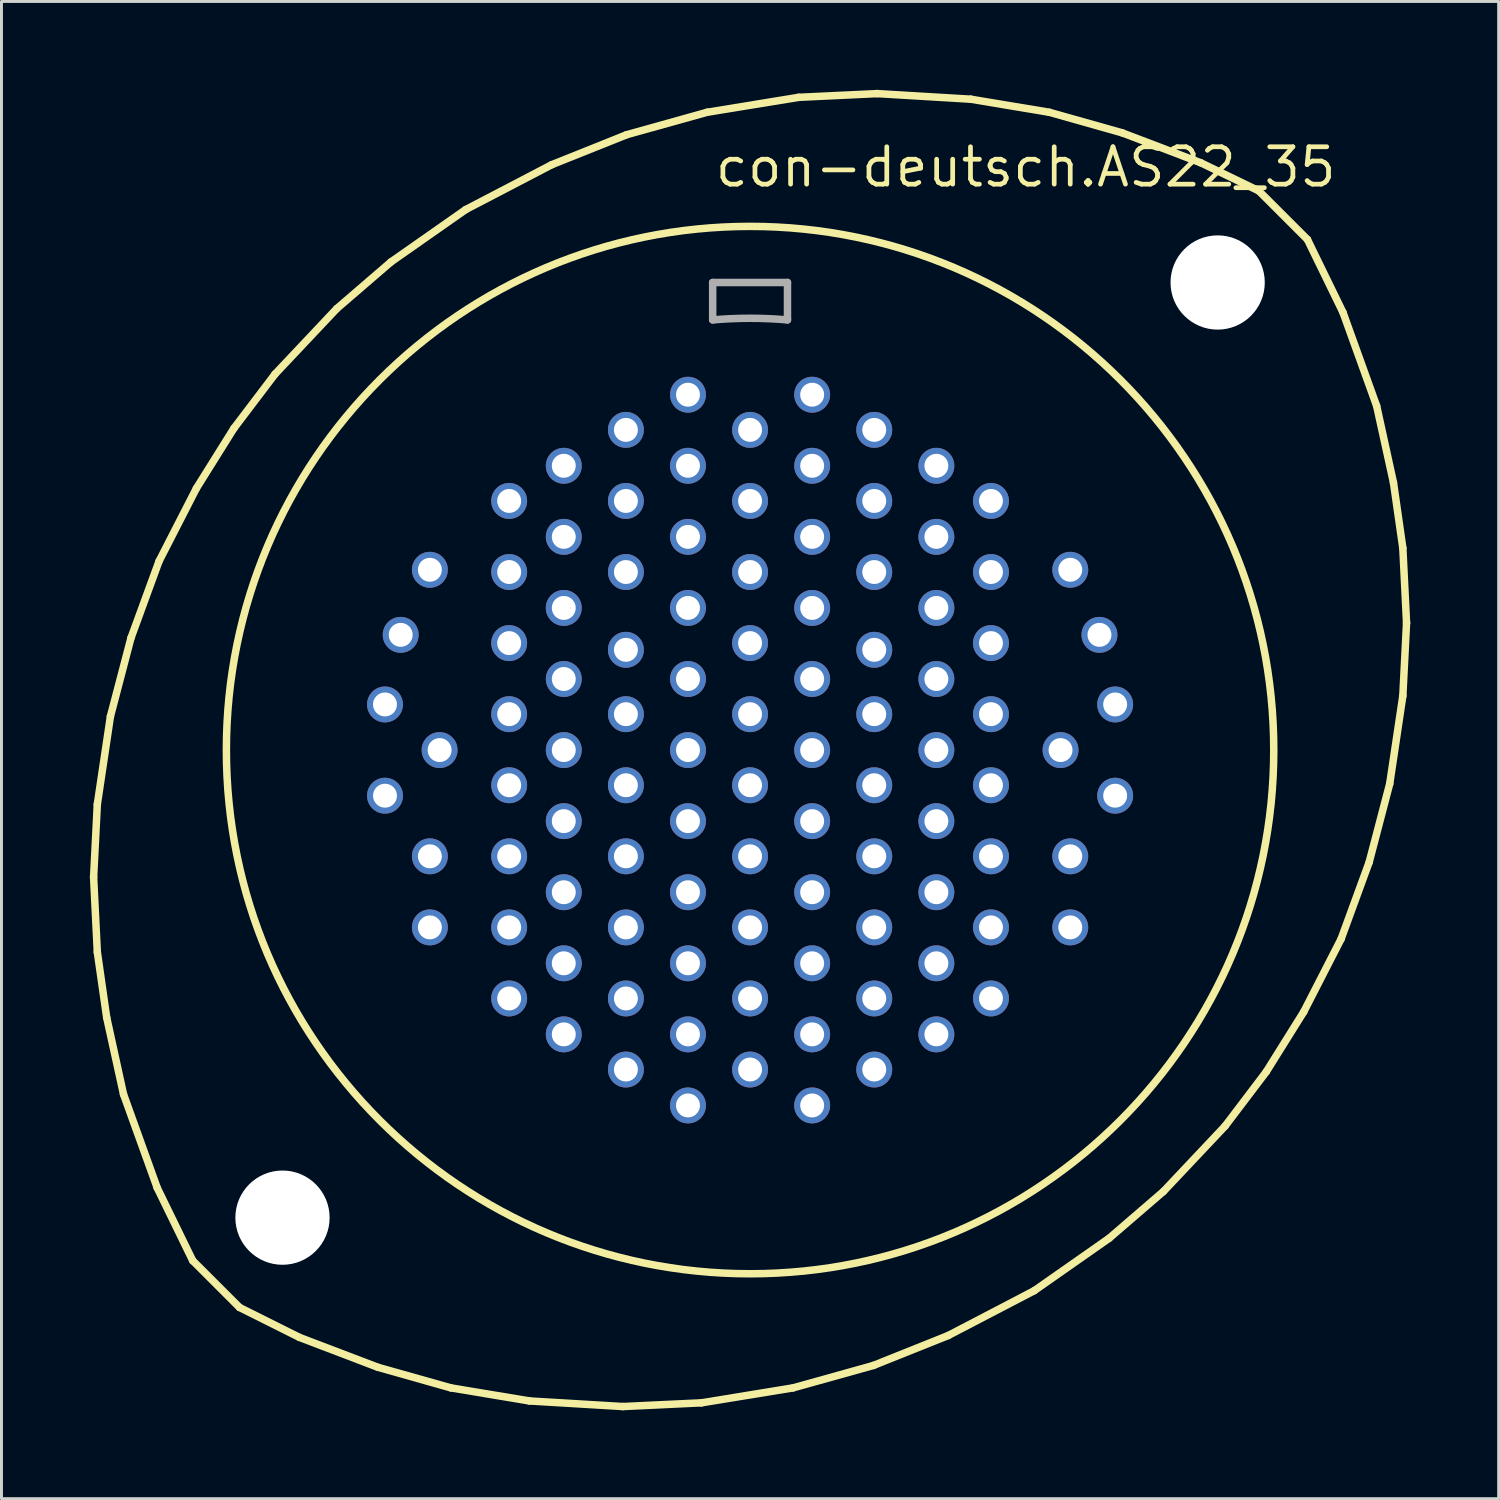
<source format=kicad_pcb>
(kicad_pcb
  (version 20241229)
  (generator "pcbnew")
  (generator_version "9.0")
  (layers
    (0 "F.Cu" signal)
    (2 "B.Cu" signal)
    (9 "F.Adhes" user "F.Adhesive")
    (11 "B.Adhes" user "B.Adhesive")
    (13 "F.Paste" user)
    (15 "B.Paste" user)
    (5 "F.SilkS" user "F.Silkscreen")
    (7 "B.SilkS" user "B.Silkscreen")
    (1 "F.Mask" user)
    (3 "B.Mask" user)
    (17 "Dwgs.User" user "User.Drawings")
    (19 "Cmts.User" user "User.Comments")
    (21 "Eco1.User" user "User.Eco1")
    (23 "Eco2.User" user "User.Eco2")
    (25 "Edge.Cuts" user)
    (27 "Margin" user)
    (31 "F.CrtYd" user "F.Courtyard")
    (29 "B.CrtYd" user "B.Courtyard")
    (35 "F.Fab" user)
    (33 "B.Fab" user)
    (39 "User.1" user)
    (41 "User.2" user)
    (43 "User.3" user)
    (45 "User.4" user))
  (footprint "con-deutsch.AS22_35"
    (layer "F.Cu")
    (at 22.416 22.416)
    (property "Reference" "con-deutsch.AS22_35" (at -1.27 -19.05 0) (layer "F.SilkS") (effects (font (size 1.27 1.27) (thickness 0.16)) (justify left bottom)))
    (attr through_hole)
    (fp_line (start -22.288 4.318) (end -22.162 1.841) (stroke (width 0.254) (type default)) (layer "F.SilkS"))
    (fp_line (start -22.162 1.841) (end -21.717 -1.143) (stroke (width 0.254) (type default)) (layer "F.SilkS"))
    (fp_line (start -22.162 6.858) (end -22.288 4.318) (stroke (width 0.254) (type default)) (layer "F.SilkS"))
    (fp_line (start -21.844 9.081) (end -22.162 6.858) (stroke (width 0.254) (type default)) (layer "F.SilkS"))
    (fp_line (start -21.717 -1.143) (end -21.018 -3.81) (stroke (width 0.254) (type default)) (layer "F.SilkS"))
    (fp_line (start -21.273 11.684) (end -21.844 9.081) (stroke (width 0.254) (type default)) (layer "F.SilkS"))
    (fp_line (start -21.018 -3.81) (end -20.066 -6.413) (stroke (width 0.254) (type default)) (layer "F.SilkS"))
    (fp_line (start -20.13 14.859) (end -21.273 11.684) (stroke (width 0.254) (type default)) (layer "F.SilkS"))
    (fp_line (start -20.066 -6.413) (end -18.796 -8.89) (stroke (width 0.254) (type default)) (layer "F.SilkS"))
    (fp_line (start -18.923 17.335) (end -20.13 14.859) (stroke (width 0.254) (type default)) (layer "F.SilkS"))
    (fp_line (start -18.923 17.335) (end -17.335 18.923) (stroke (width 0.254) (type default)) (layer "F.SilkS"))
    (fp_line (start -18.796 -8.89) (end -17.526 -10.922) (stroke (width 0.254) (type default)) (layer "F.SilkS"))
    (fp_line (start -17.526 -10.922) (end -16.129 -12.764) (stroke (width 0.254) (type default)) (layer "F.SilkS"))
    (fp_line (start -16.129 -12.764) (end -14.034 -14.986) (stroke (width 0.254) (type default)) (layer "F.SilkS"))
    (fp_line (start -15.303 19.939) (end -17.335 18.923) (stroke (width 0.254) (type default)) (layer "F.SilkS"))
    (fp_line (start -14.034 -14.986) (end -12.192 -16.573) (stroke (width 0.254) (type default)) (layer "F.SilkS"))
    (fp_line (start -12.636 20.955) (end -15.303 19.939) (stroke (width 0.254) (type default)) (layer "F.SilkS"))
    (fp_line (start -12.192 -16.573) (end -9.652 -18.352) (stroke (width 0.254) (type default)) (layer "F.SilkS"))
    (fp_line (start -10.16 21.654) (end -12.636 20.955) (stroke (width 0.254) (type default)) (layer "F.SilkS"))
    (fp_line (start -9.652 -18.352) (end -6.731 -19.875) (stroke (width 0.254) (type default)) (layer "F.SilkS"))
    (fp_line (start -7.493 22.098) (end -10.16 21.654) (stroke (width 0.254) (type default)) (layer "F.SilkS"))
    (fp_line (start -6.731 -19.875) (end -4.191 -20.892) (stroke (width 0.254) (type default)) (layer "F.SilkS"))
    (fp_line (start -4.318 22.288) (end -7.493 22.098) (stroke (width 0.254) (type default)) (layer "F.SilkS"))
    (fp_line (start -4.191 -20.892) (end -1.46 -21.654) (stroke (width 0.254) (type default)) (layer "F.SilkS"))
    (fp_line (start -1.651 22.162) (end -4.318 22.288) (stroke (width 0.254) (type default)) (layer "F.SilkS"))
    (fp_line (start -1.46 -21.654) (end 1.651 -22.162) (stroke (width 0.254) (type default)) (layer "F.SilkS"))
    (fp_line (start 1.46 21.654) (end -1.651 22.162) (stroke (width 0.254) (type default)) (layer "F.SilkS"))
    (fp_line (start 1.651 -22.162) (end 4.318 -22.288) (stroke (width 0.254) (type default)) (layer "F.SilkS"))
    (fp_line (start 4.191 20.892) (end 1.46 21.654) (stroke (width 0.254) (type default)) (layer "F.SilkS"))
    (fp_line (start 4.318 -22.288) (end 7.493 -22.098) (stroke (width 0.254) (type default)) (layer "F.SilkS"))
    (fp_line (start 6.731 19.875) (end 4.191 20.892) (stroke (width 0.254) (type default)) (layer "F.SilkS"))
    (fp_line (start 7.493 -22.098) (end 10.16 -21.654) (stroke (width 0.254) (type default)) (layer "F.SilkS"))
    (fp_line (start 9.652 18.352) (end 6.731 19.875) (stroke (width 0.254) (type default)) (layer "F.SilkS"))
    (fp_line (start 10.16 -21.654) (end 12.636 -20.955) (stroke (width 0.254) (type default)) (layer "F.SilkS"))
    (fp_line (start 12.192 16.573) (end 9.652 18.352) (stroke (width 0.254) (type default)) (layer "F.SilkS"))
    (fp_line (start 12.636 -20.955) (end 15.303 -19.939) (stroke (width 0.254) (type default)) (layer "F.SilkS"))
    (fp_line (start 14.034 14.986) (end 12.192 16.573) (stroke (width 0.254) (type default)) (layer "F.SilkS"))
    (fp_line (start 15.303 -19.939) (end 17.272 -18.986) (stroke (width 0.254) (type default)) (layer "F.SilkS"))
    (fp_line (start 16.129 12.764) (end 14.034 14.986) (stroke (width 0.254) (type default)) (layer "F.SilkS"))
    (fp_line (start 17.526 10.922) (end 16.129 12.764) (stroke (width 0.254) (type default)) (layer "F.SilkS"))
    (fp_line (start 18.796 8.89) (end 17.526 10.922) (stroke (width 0.254) (type default)) (layer "F.SilkS"))
    (fp_line (start 18.923 -17.335) (end 17.272 -18.986) (stroke (width 0.254) (type default)) (layer "F.SilkS"))
    (fp_line (start 18.923 -17.335) (end 20.13 -14.859) (stroke (width 0.254) (type default)) (layer "F.SilkS"))
    (fp_line (start 20.066 6.413) (end 18.796 8.89) (stroke (width 0.254) (type default)) (layer "F.SilkS"))
    (fp_line (start 20.13 -14.859) (end 21.273 -11.684) (stroke (width 0.254) (type default)) (layer "F.SilkS"))
    (fp_line (start 21.018 3.81) (end 20.066 6.413) (stroke (width 0.254) (type default)) (layer "F.SilkS"))
    (fp_line (start 21.273 -11.684) (end 21.844 -9.081) (stroke (width 0.254) (type default)) (layer "F.SilkS"))
    (fp_line (start 21.717 1.143) (end 21.018 3.81) (stroke (width 0.254) (type default)) (layer "F.SilkS"))
    (fp_line (start 21.844 -9.081) (end 22.162 -6.858) (stroke (width 0.254) (type default)) (layer "F.SilkS"))
    (fp_line (start 22.162 -6.858) (end 22.288 -4.318) (stroke (width 0.254) (type default)) (layer "F.SilkS"))
    (fp_line (start 22.162 -1.841) (end 21.717 1.143) (stroke (width 0.254) (type default)) (layer "F.SilkS"))
    (fp_line (start 22.288 -4.318) (end 22.162 -1.841) (stroke (width 0.254) (type default)) (layer "F.SilkS"))
    (fp_circle (center 0 0) (end 17.78 0) (stroke (width 0.254) (type default)) (fill no) (layer "F.SilkS"))
    (fp_line (start -1.27 -15.875) (end 1.27 -15.875) (stroke (width 0.254) (type default)) (layer "F.Fab"))
    (fp_line (start -1.27 -14.605) (end -1.27 -15.875) (stroke (width 0.254) (type default)) (layer "F.Fab"))
    (fp_line (start 1.27 -15.875) (end 1.27 -14.605) (stroke (width 0.254) (type default)) (layer "F.Fab"))
    (fp_arc (start -1.27 -14.605) (mid 0 -14.660113) (end 1.27 -14.605) (stroke (width 0.254) (type default)) (layer "F.Fab"))
    (pad "" np_thru_hole circle (at -15.875 15.875) (size 3.2 3.2) (drill 3.2) (layers "*.Cu" "*.Mask"))
    (pad "" np_thru_hole circle (at 15.875 -15.875) (size 3.2 3.2) (drill 3.2) (layers "*.Cu" "*.Mask"))
    (pad "1" thru_hole circle (at -10.871 -6.121) (size 1.219 1.219) (drill 0.813) (layers "*.Cu" "*.Mask"))
    (pad "2" thru_hole circle (at -11.862 -3.912) (size 1.219 1.219) (drill 0.813) (layers "*.Cu" "*.Mask"))
    (pad "3" thru_hole circle (at -12.395 -1.549) (size 1.219 1.219) (drill 0.813) (layers "*.Cu" "*.Mask"))
    (pad "4" thru_hole circle (at -10.541 0) (size 1.219 1.219) (drill 0.813) (layers "*.Cu" "*.Mask"))
    (pad "5" thru_hole circle (at -12.395 1.549) (size 1.219 1.219) (drill 0.813) (layers "*.Cu" "*.Mask"))
    (pad "6" thru_hole circle (at -10.871 3.607) (size 1.219 1.219) (drill 0.813) (layers "*.Cu" "*.Mask"))
    (pad "7" thru_hole circle (at -10.871 6.02) (size 1.219 1.219) (drill 0.813) (layers "*.Cu" "*.Mask"))
    (pad "8" thru_hole circle (at -8.179 -8.458) (size 1.219 1.219) (drill 0.813) (layers "*.Cu" "*.Mask"))
    (pad "9" thru_hole circle (at -8.179 -6.045) (size 1.219 1.219) (drill 0.813) (layers "*.Cu" "*.Mask"))
    (pad "10" thru_hole circle (at -8.179 -3.632) (size 1.219 1.219) (drill 0.813) (layers "*.Cu" "*.Mask"))
    (pad "11" thru_hole circle (at -8.179 -1.219) (size 1.219 1.219) (drill 0.813) (layers "*.Cu" "*.Mask"))
    (pad "12" thru_hole circle (at -8.179 1.194) (size 1.219 1.219) (drill 0.813) (layers "*.Cu" "*.Mask"))
    (pad "13" thru_hole circle (at -8.179 3.607) (size 1.219 1.219) (drill 0.813) (layers "*.Cu" "*.Mask"))
    (pad "14" thru_hole circle (at -8.179 6.02) (size 1.219 1.219) (drill 0.813) (layers "*.Cu" "*.Mask"))
    (pad "15" thru_hole circle (at -8.179 8.433) (size 1.219 1.219) (drill 0.813) (layers "*.Cu" "*.Mask"))
    (pad "16" thru_hole circle (at -6.325 -9.652) (size 1.219 1.219) (drill 0.813) (layers "*.Cu" "*.Mask"))
    (pad "17" thru_hole circle (at -6.325 -7.239) (size 1.219 1.219) (drill 0.813) (layers "*.Cu" "*.Mask"))
    (pad "18" thru_hole circle (at -6.325 -4.826) (size 1.219 1.219) (drill 0.813) (layers "*.Cu" "*.Mask"))
    (pad "19" thru_hole circle (at -6.325 -2.413) (size 1.219 1.219) (drill 0.813) (layers "*.Cu" "*.Mask"))
    (pad "20" thru_hole circle (at -6.325 0) (size 1.219 1.219) (drill 0.813) (layers "*.Cu" "*.Mask"))
    (pad "21" thru_hole circle (at -6.325 2.413) (size 1.219 1.219) (drill 0.813) (layers "*.Cu" "*.Mask"))
    (pad "22" thru_hole circle (at -6.325 4.826) (size 1.219 1.219) (drill 0.813) (layers "*.Cu" "*.Mask"))
    (pad "23" thru_hole circle (at -6.325 7.239) (size 1.219 1.219) (drill 0.813) (layers "*.Cu" "*.Mask"))
    (pad "24" thru_hole circle (at -6.325 9.652) (size 1.219 1.219) (drill 0.813) (layers "*.Cu" "*.Mask"))
    (pad "25" thru_hole circle (at -4.216 -10.871) (size 1.219 1.219) (drill 0.813) (layers "*.Cu" "*.Mask"))
    (pad "26" thru_hole circle (at -4.216 -8.458) (size 1.219 1.219) (drill 0.813) (layers "*.Cu" "*.Mask"))
    (pad "27" thru_hole circle (at -4.216 -6.045) (size 1.219 1.219) (drill 0.813) (layers "*.Cu" "*.Mask"))
    (pad "28" thru_hole circle (at -4.216 -3.404) (size 1.219 1.219) (drill 0.813) (layers "*.Cu" "*.Mask"))
    (pad "29" thru_hole circle (at -4.216 -1.219) (size 1.219 1.219) (drill 0.813) (layers "*.Cu" "*.Mask"))
    (pad "30" thru_hole circle (at -4.216 1.194) (size 1.219 1.219) (drill 0.813) (layers "*.Cu" "*.Mask"))
    (pad "31" thru_hole circle (at -4.216 3.607) (size 1.219 1.219) (drill 0.813) (layers "*.Cu" "*.Mask"))
    (pad "32" thru_hole circle (at -4.216 6.02) (size 1.219 1.219) (drill 0.813) (layers "*.Cu" "*.Mask"))
    (pad "33" thru_hole circle (at -4.216 8.433) (size 1.219 1.219) (drill 0.813) (layers "*.Cu" "*.Mask"))
    (pad "34" thru_hole circle (at -4.216 10.846) (size 1.219 1.219) (drill 0.813) (layers "*.Cu" "*.Mask"))
    (pad "35" thru_hole circle (at -2.108 -12.065) (size 1.219 1.219) (drill 0.813) (layers "*.Cu" "*.Mask"))
    (pad "36" thru_hole circle (at -2.108 -9.652) (size 1.219 1.219) (drill 0.813) (layers "*.Cu" "*.Mask"))
    (pad "37" thru_hole circle (at -2.108 -7.239) (size 1.219 1.219) (drill 0.813) (layers "*.Cu" "*.Mask"))
    (pad "38" thru_hole circle (at -2.108 -4.826) (size 1.219 1.219) (drill 0.813) (layers "*.Cu" "*.Mask"))
    (pad "39" thru_hole circle (at -2.108 -2.413) (size 1.219 1.219) (drill 0.813) (layers "*.Cu" "*.Mask"))
    (pad "40" thru_hole circle (at -2.108 0) (size 1.219 1.219) (drill 0.813) (layers "*.Cu" "*.Mask"))
    (pad "41" thru_hole circle (at -2.108 2.413) (size 1.219 1.219) (drill 0.813) (layers "*.Cu" "*.Mask"))
    (pad "42" thru_hole circle (at -2.108 4.826) (size 1.219 1.219) (drill 0.813) (layers "*.Cu" "*.Mask"))
    (pad "43" thru_hole circle (at -2.108 7.239) (size 1.219 1.219) (drill 0.813) (layers "*.Cu" "*.Mask"))
    (pad "44" thru_hole circle (at -2.108 9.652) (size 1.219 1.219) (drill 0.813) (layers "*.Cu" "*.Mask"))
    (pad "45" thru_hole circle (at -2.108 12.065) (size 1.219 1.219) (drill 0.813) (layers "*.Cu" "*.Mask"))
    (pad "46" thru_hole circle (at 0 -10.871) (size 1.219 1.219) (drill 0.813) (layers "*.Cu" "*.Mask"))
    (pad "47" thru_hole circle (at 0 -8.458) (size 1.219 1.219) (drill 0.813) (layers "*.Cu" "*.Mask"))
    (pad "48" thru_hole circle (at 0 -6.045) (size 1.219 1.219) (drill 0.813) (layers "*.Cu" "*.Mask"))
    (pad "49" thru_hole circle (at 0 -3.632) (size 1.219 1.219) (drill 0.813) (layers "*.Cu" "*.Mask"))
    (pad "50" thru_hole circle (at 0 -1.219) (size 1.219 1.219) (drill 0.813) (layers "*.Cu" "*.Mask"))
    (pad "51" thru_hole circle (at 0 1.194) (size 1.219 1.219) (drill 0.813) (layers "*.Cu" "*.Mask"))
    (pad "52" thru_hole circle (at 0 3.607) (size 1.219 1.219) (drill 0.813) (layers "*.Cu" "*.Mask"))
    (pad "53" thru_hole circle (at 0 6.02) (size 1.219 1.219) (drill 0.813) (layers "*.Cu" "*.Mask"))
    (pad "54" thru_hole circle (at 0 8.433) (size 1.219 1.219) (drill 0.813) (layers "*.Cu" "*.Mask"))
    (pad "55" thru_hole circle (at 0 10.846) (size 1.219 1.219) (drill 0.813) (layers "*.Cu" "*.Mask"))
    (pad "56" thru_hole circle (at 2.108 -12.065) (size 1.219 1.219) (drill 0.813) (layers "*.Cu" "*.Mask"))
    (pad "57" thru_hole circle (at 2.108 -9.652) (size 1.219 1.219) (drill 0.813) (layers "*.Cu" "*.Mask"))
    (pad "58" thru_hole circle (at 2.108 -7.239) (size 1.219 1.219) (drill 0.813) (layers "*.Cu" "*.Mask"))
    (pad "59" thru_hole circle (at 2.108 -4.826) (size 1.219 1.219) (drill 0.813) (layers "*.Cu" "*.Mask"))
    (pad "60" thru_hole circle (at 2.108 -2.413) (size 1.219 1.219) (drill 0.813) (layers "*.Cu" "*.Mask"))
    (pad "61" thru_hole circle (at 2.108 0) (size 1.219 1.219) (drill 0.813) (layers "*.Cu" "*.Mask"))
    (pad "62" thru_hole circle (at 2.108 2.413) (size 1.219 1.219) (drill 0.813) (layers "*.Cu" "*.Mask"))
    (pad "63" thru_hole circle (at 2.108 4.826) (size 1.219 1.219) (drill 0.813) (layers "*.Cu" "*.Mask"))
    (pad "64" thru_hole circle (at 2.108 7.239) (size 1.219 1.219) (drill 0.813) (layers "*.Cu" "*.Mask"))
    (pad "65" thru_hole circle (at 2.108 9.652) (size 1.219 1.219) (drill 0.813) (layers "*.Cu" "*.Mask"))
    (pad "66" thru_hole circle (at 2.108 12.065) (size 1.219 1.219) (drill 0.813) (layers "*.Cu" "*.Mask"))
    (pad "67" thru_hole circle (at 4.216 -10.871) (size 1.219 1.219) (drill 0.813) (layers "*.Cu" "*.Mask"))
    (pad "68" thru_hole circle (at 4.216 -8.458) (size 1.219 1.219) (drill 0.813) (layers "*.Cu" "*.Mask"))
    (pad "69" thru_hole circle (at 4.216 -6.045) (size 1.219 1.219) (drill 0.813) (layers "*.Cu" "*.Mask"))
    (pad "70" thru_hole circle (at 4.216 -3.404) (size 1.219 1.219) (drill 0.813) (layers "*.Cu" "*.Mask"))
    (pad "71" thru_hole circle (at 4.216 -1.219) (size 1.219 1.219) (drill 0.813) (layers "*.Cu" "*.Mask"))
    (pad "72" thru_hole circle (at 4.216 1.194) (size 1.219 1.219) (drill 0.813) (layers "*.Cu" "*.Mask"))
    (pad "73" thru_hole circle (at 4.216 3.607) (size 1.219 1.219) (drill 0.813) (layers "*.Cu" "*.Mask"))
    (pad "74" thru_hole circle (at 4.216 6.02) (size 1.219 1.219) (drill 0.813) (layers "*.Cu" "*.Mask"))
    (pad "75" thru_hole circle (at 4.216 8.433) (size 1.219 1.219) (drill 0.813) (layers "*.Cu" "*.Mask"))
    (pad "76" thru_hole circle (at 4.216 10.846) (size 1.219 1.219) (drill 0.813) (layers "*.Cu" "*.Mask"))
    (pad "77" thru_hole circle (at 6.325 -9.652) (size 1.219 1.219) (drill 0.813) (layers "*.Cu" "*.Mask"))
    (pad "78" thru_hole circle (at 6.325 -7.239) (size 1.219 1.219) (drill 0.813) (layers "*.Cu" "*.Mask"))
    (pad "79" thru_hole circle (at 6.325 -4.826) (size 1.219 1.219) (drill 0.813) (layers "*.Cu" "*.Mask"))
    (pad "80" thru_hole circle (at 6.325 -2.413) (size 1.219 1.219) (drill 0.813) (layers "*.Cu" "*.Mask"))
    (pad "81" thru_hole circle (at 6.325 0) (size 1.219 1.219) (drill 0.813) (layers "*.Cu" "*.Mask"))
    (pad "82" thru_hole circle (at 6.325 2.413) (size 1.219 1.219) (drill 0.813) (layers "*.Cu" "*.Mask"))
    (pad "83" thru_hole circle (at 6.325 4.826) (size 1.219 1.219) (drill 0.813) (layers "*.Cu" "*.Mask"))
    (pad "84" thru_hole circle (at 6.325 7.239) (size 1.219 1.219) (drill 0.813) (layers "*.Cu" "*.Mask"))
    (pad "85" thru_hole circle (at 6.325 9.652) (size 1.219 1.219) (drill 0.813) (layers "*.Cu" "*.Mask"))
    (pad "86" thru_hole circle (at 8.179 -8.458) (size 1.219 1.219) (drill 0.813) (layers "*.Cu" "*.Mask"))
    (pad "87" thru_hole circle (at 8.179 -6.045) (size 1.219 1.219) (drill 0.813) (layers "*.Cu" "*.Mask"))
    (pad "88" thru_hole circle (at 8.179 -3.632) (size 1.219 1.219) (drill 0.813) (layers "*.Cu" "*.Mask"))
    (pad "89" thru_hole circle (at 8.179 -1.219) (size 1.219 1.219) (drill 0.813) (layers "*.Cu" "*.Mask"))
    (pad "90" thru_hole circle (at 8.179 1.194) (size 1.219 1.219) (drill 0.813) (layers "*.Cu" "*.Mask"))
    (pad "91" thru_hole circle (at 8.179 3.607) (size 1.219 1.219) (drill 0.813) (layers "*.Cu" "*.Mask"))
    (pad "92" thru_hole circle (at 8.179 6.02) (size 1.219 1.219) (drill 0.813) (layers "*.Cu" "*.Mask"))
    (pad "93" thru_hole circle (at 8.179 8.433) (size 1.219 1.219) (drill 0.813) (layers "*.Cu" "*.Mask"))
    (pad "94" thru_hole circle (at 10.871 -6.121) (size 1.219 1.219) (drill 0.813) (layers "*.Cu" "*.Mask"))
    (pad "95" thru_hole circle (at 11.862 -3.912) (size 1.219 1.219) (drill 0.813) (layers "*.Cu" "*.Mask"))
    (pad "96" thru_hole circle (at 12.395 -1.549) (size 1.219 1.219) (drill 0.813) (layers "*.Cu" "*.Mask"))
    (pad "97" thru_hole circle (at 10.541 0) (size 1.219 1.219) (drill 0.813) (layers "*.Cu" "*.Mask"))
    (pad "98" thru_hole circle (at 12.395 1.549) (size 1.219 1.219) (drill 0.813) (layers "*.Cu" "*.Mask"))
    (pad "99" thru_hole circle (at 10.871 3.607) (size 1.219 1.219) (drill 0.813) (layers "*.Cu" "*.Mask"))
    (pad "100" thru_hole circle (at 10.871 6.02) (size 1.219 1.219) (drill 0.813) (layers "*.Cu" "*.Mask")))
  (gr_rect
    (start -3 -3)
    (end 47.831 47.831)
    (stroke (width 0.1) (type default))
    (fill no)
    (layer "Edge.Cuts")))
</source>
